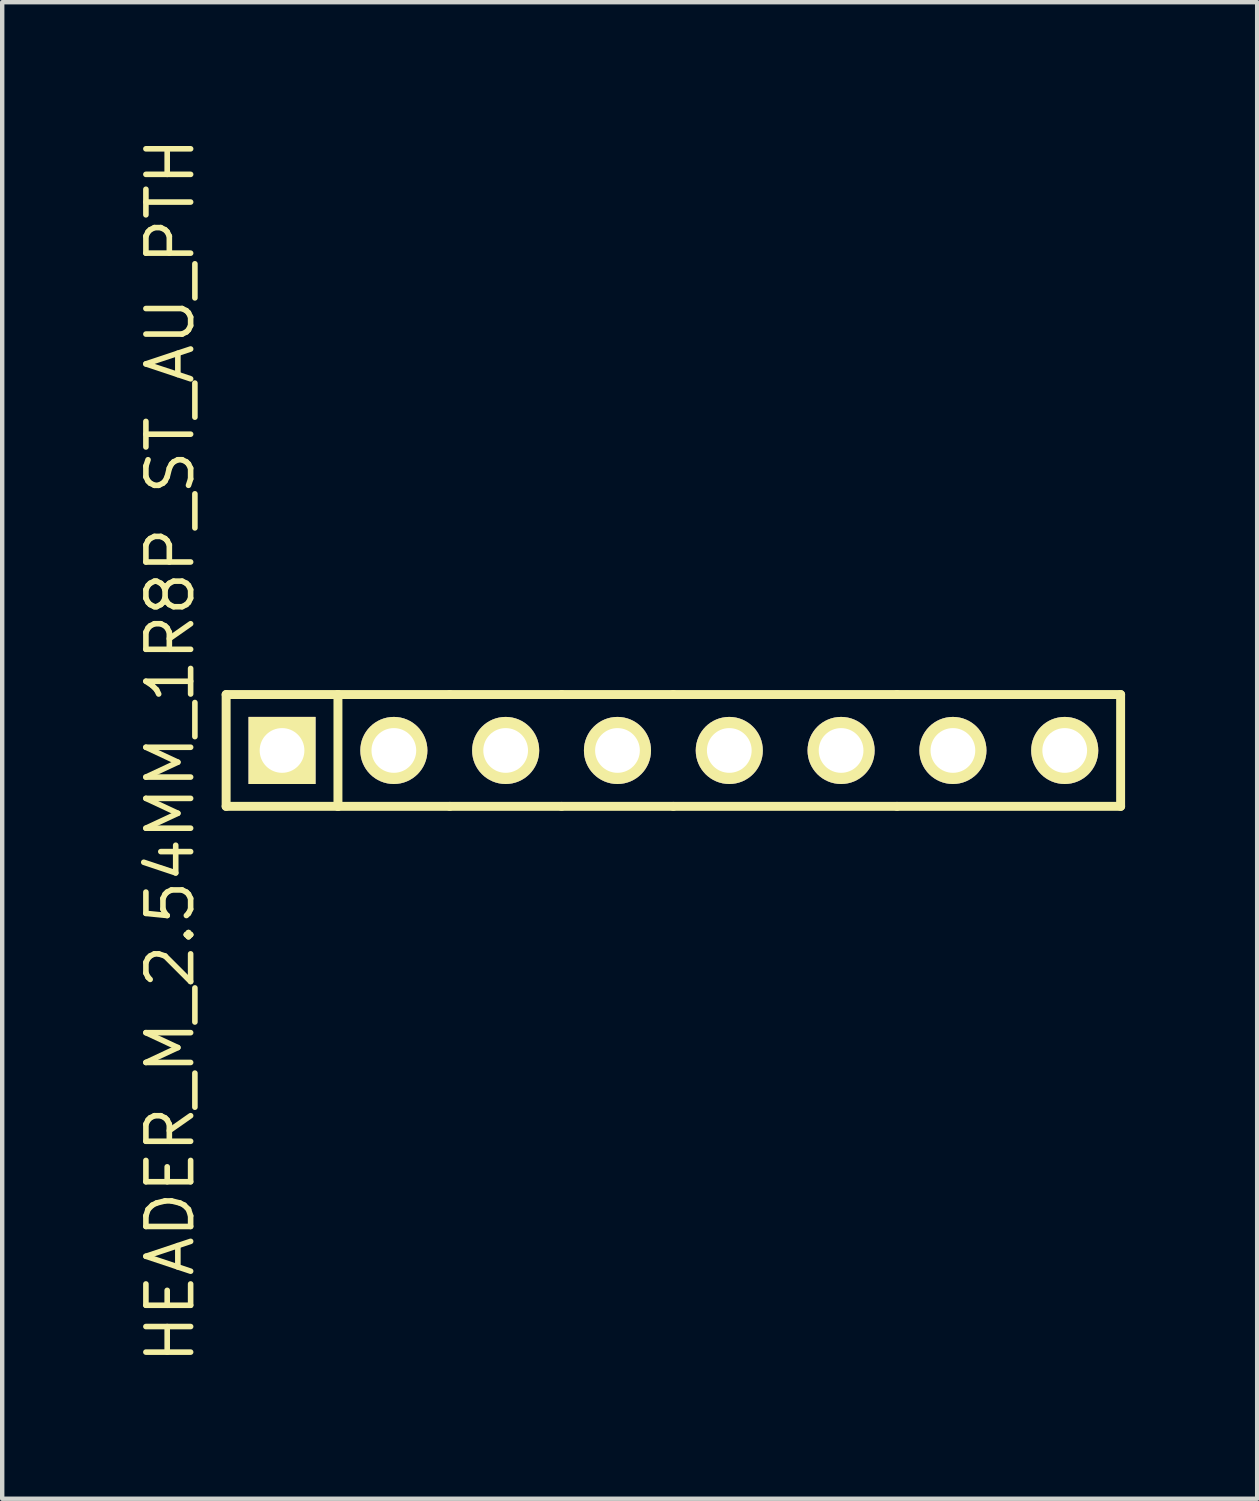
<source format=kicad_pcb>
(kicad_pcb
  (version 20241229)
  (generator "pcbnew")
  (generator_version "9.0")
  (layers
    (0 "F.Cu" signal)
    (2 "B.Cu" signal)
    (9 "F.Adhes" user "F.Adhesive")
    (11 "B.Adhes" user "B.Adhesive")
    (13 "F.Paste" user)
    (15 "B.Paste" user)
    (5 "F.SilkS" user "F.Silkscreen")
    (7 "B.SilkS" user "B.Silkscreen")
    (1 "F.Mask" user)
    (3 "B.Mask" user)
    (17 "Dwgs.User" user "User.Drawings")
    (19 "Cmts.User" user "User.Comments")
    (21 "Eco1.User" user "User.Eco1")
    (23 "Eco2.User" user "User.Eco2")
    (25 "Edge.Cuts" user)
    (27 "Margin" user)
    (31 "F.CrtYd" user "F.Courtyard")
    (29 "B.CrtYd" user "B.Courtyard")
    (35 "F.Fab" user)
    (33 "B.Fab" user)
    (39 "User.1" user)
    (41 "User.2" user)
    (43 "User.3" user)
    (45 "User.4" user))
  (footprint "HEADER_M_2.54MM_1R8P_ST_AU_PTH"
    (layer "F.Cu")
    (at 12.247 13.998)
    (property "Reference" "HEADER_M_2.54MM_1R8P_ST_AU_PTH" (at -11.43 0 270) (layer "F.SilkS") (effects (font (size 1.016 1.016) (thickness 0.127))))
    (attr through_hole)
    (fp_line (start -10.16 -1.27) (end -7.62 -1.27) (stroke (width 0.203) (type solid)) (layer "F.SilkS"))
    (fp_line (start -10.16 1.27) (end -10.16 -1.27) (stroke (width 0.203) (type solid)) (layer "F.SilkS"))
    (fp_line (start -10.16 1.27) (end -7.62 1.27) (stroke (width 0.203) (type solid)) (layer "F.SilkS"))
    (fp_line (start -7.62 -1.27) (end -7.62 1.27) (stroke (width 0.203) (type solid)) (layer "F.SilkS"))
    (fp_line (start -7.62 -1.27) (end -5.08 -1.27) (stroke (width 0.203) (type solid)) (layer "F.SilkS"))
    (fp_line (start -7.62 1.27) (end -5.08 1.27) (stroke (width 0.203) (type solid)) (layer "F.SilkS"))
    (fp_line (start -5.08 -1.27) (end -2.54 -1.27) (stroke (width 0.203) (type solid)) (layer "F.SilkS"))
    (fp_line (start -5.08 1.27) (end -2.54 1.27) (stroke (width 0.203) (type solid)) (layer "F.SilkS"))
    (fp_line (start -2.54 -1.27) (end 0 -1.27) (stroke (width 0.203) (type solid)) (layer "F.SilkS"))
    (fp_line (start -2.54 1.27) (end 0 1.27) (stroke (width 0.203) (type solid)) (layer "F.SilkS"))
    (fp_line (start 0 -1.27) (end 5.08 -1.27) (stroke (width 0.203) (type solid)) (layer "F.SilkS"))
    (fp_line (start 0 1.27) (end 5.08 1.27) (stroke (width 0.203) (type solid)) (layer "F.SilkS"))
    (fp_line (start 5.08 -1.27) (end 10.16 -1.27) (stroke (width 0.203) (type solid)) (layer "F.SilkS"))
    (fp_line (start 5.08 1.27) (end 10.16 1.27) (stroke (width 0.203) (type solid)) (layer "F.SilkS"))
    (fp_line (start 10.16 -1.27) (end 10.16 1.27) (stroke (width 0.203) (type solid)) (layer "F.SilkS"))
    (pad "1" thru_hole rect (at -8.89 0) (size 1.524 1.524) (drill 1.016) (layers "*.Cu" "*.Mask" "F.SilkS"))
    (pad "2" thru_hole circle (at -6.35 0) (size 1.524 1.524) (drill 1.016) (layers "*.Cu" "*.Mask" "F.SilkS"))
    (pad "3" thru_hole circle (at -3.81 0) (size 1.524 1.524) (drill 1.016) (layers "*.Cu" "*.Mask" "F.SilkS"))
    (pad "4" thru_hole circle (at -1.27 0) (size 1.524 1.524) (drill 1.016) (layers "*.Cu" "*.Mask" "F.SilkS"))
    (pad "5" thru_hole circle (at 1.27 0) (size 1.524 1.524) (drill 1.016) (layers "*.Cu" "*.Mask" "F.SilkS"))
    (pad "6" thru_hole circle (at 3.81 0) (size 1.524 1.524) (drill 1.016) (layers "*.Cu" "*.Mask" "F.SilkS"))
    (pad "7" thru_hole circle (at 6.35 0) (size 1.524 1.524) (drill 1.016) (layers "*.Cu" "*.Mask" "F.SilkS"))
    (pad "8" thru_hole circle (at 8.89 0) (size 1.524 1.524) (drill 1.016) (layers "*.Cu" "*.Mask" "F.SilkS")))
  (gr_rect
    (start -3 -3)
    (end 25.509 30.997)
    (stroke (width 0.1) (type default))
    (fill no)
    (layer "Edge.Cuts")))
</source>
